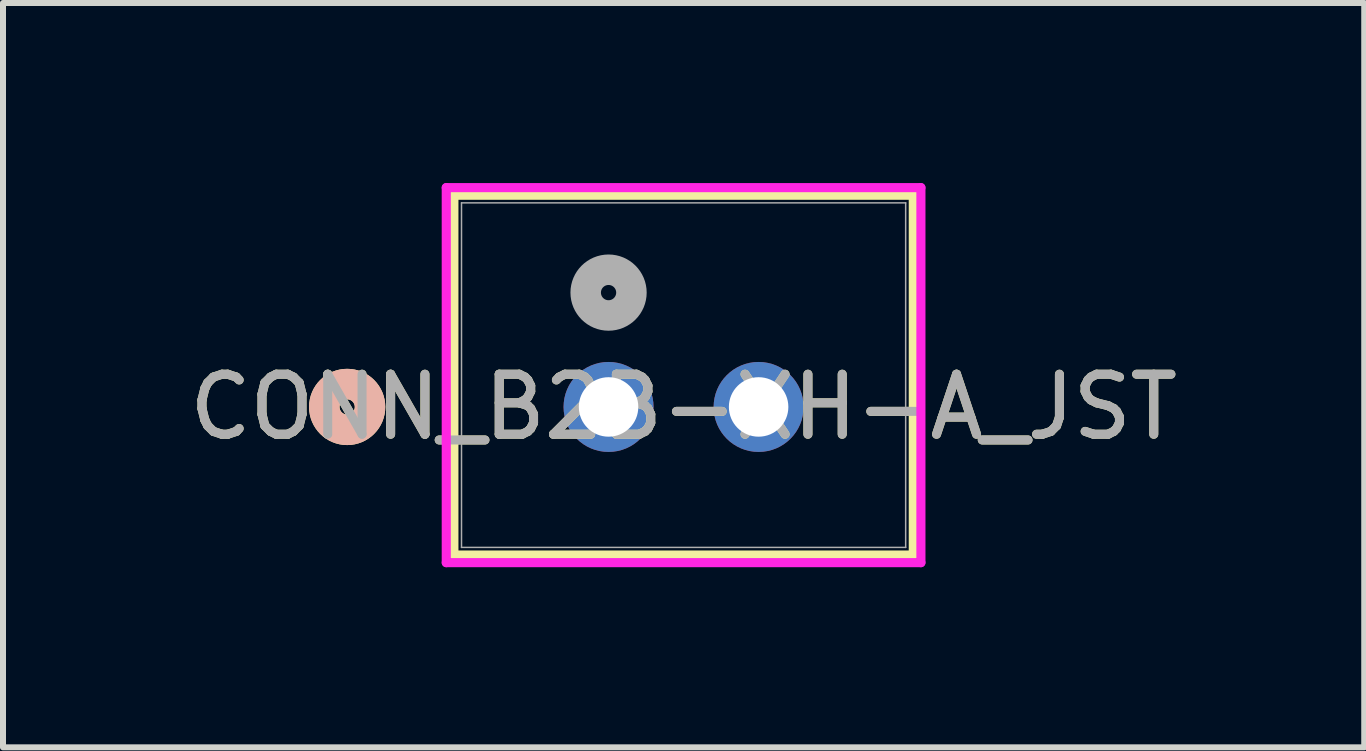
<source format=kicad_pcb>
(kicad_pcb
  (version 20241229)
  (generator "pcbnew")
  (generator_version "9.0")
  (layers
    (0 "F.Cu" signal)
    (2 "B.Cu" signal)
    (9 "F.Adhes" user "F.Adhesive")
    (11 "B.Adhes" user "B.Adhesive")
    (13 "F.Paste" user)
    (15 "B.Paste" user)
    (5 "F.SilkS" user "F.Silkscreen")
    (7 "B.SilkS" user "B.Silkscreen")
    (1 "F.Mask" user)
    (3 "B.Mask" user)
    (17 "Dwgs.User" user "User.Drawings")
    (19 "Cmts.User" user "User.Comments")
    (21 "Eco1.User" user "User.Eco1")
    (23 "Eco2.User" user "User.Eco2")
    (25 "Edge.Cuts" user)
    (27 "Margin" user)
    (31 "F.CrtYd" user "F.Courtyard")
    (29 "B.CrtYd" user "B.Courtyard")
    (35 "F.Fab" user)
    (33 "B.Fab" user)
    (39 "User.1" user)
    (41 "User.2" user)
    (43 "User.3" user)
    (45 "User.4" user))
  (footprint "CONN_B2B-XH-A_JST"
    (layer "F.Cu")
    (at 7.089 3.73)
    (property "Reference" "CONN_B2B-XH-A_JST" (at 1.25 0 0) (unlocked yes) (layer "F.SilkS") (effects (font (size 1 1) (thickness 0.15))))
    (attr through_hole)
    (fp_line (start -2.577 -3.527) (end -2.577 2.467) (stroke (width 0.152) (type solid)) (layer "F.SilkS"))
    (fp_line (start -2.577 2.467) (end 5.077 2.467) (stroke (width 0.152) (type solid)) (layer "F.SilkS"))
    (fp_line (start 5.077 -3.527) (end -2.577 -3.527) (stroke (width 0.152) (type solid)) (layer "F.SilkS"))
    (fp_line (start 5.077 2.467) (end 5.077 -3.527) (stroke (width 0.152) (type solid)) (layer "F.SilkS"))
    (fp_circle (center -4.355 0) (end -3.974 0) (stroke (width 0.508) (type solid)) (fill no) (layer "F.SilkS"))
    (fp_circle (center -4.355 0) (end -3.974 0) (stroke (width 0.508) (type solid)) (fill no) (layer "B.SilkS"))
    (fp_line (start -2.704 -3.654) (end -2.704 2.594) (stroke (width 0.152) (type solid)) (layer "F.CrtYd"))
    (fp_line (start -2.704 2.594) (end 5.204 2.594) (stroke (width 0.152) (type solid)) (layer "F.CrtYd"))
    (fp_line (start 5.204 -3.654) (end -2.704 -3.654) (stroke (width 0.152) (type solid)) (layer "F.CrtYd"))
    (fp_line (start 5.204 2.594) (end 5.204 -3.654) (stroke (width 0.152) (type solid)) (layer "F.CrtYd"))
    (fp_line (start -2.45 -3.4) (end -2.45 2.34) (stroke (width 0.025) (type solid)) (layer "F.Fab"))
    (fp_line (start -2.45 2.34) (end 4.95 2.34) (stroke (width 0.025) (type solid)) (layer "F.Fab"))
    (fp_line (start 4.95 -3.4) (end -2.45 -3.4) (stroke (width 0.025) (type solid)) (layer "F.Fab"))
    (fp_line (start 4.95 2.34) (end 4.95 -3.4) (stroke (width 0.025) (type solid)) (layer "F.Fab"))
    (fp_circle (center 0 -1.905) (end 0.381 -1.905) (stroke (width 0.508) (type solid)) (fill no) (layer "F.Fab"))
    (fp_text user "${REFERENCE}" (at 1.25 0 0) (unlocked yes) (layer "F.Fab") (effects (font (size 1 1) (thickness 0.15))))
    (pad "1" thru_hole circle (at 0 0) (size 1.499 1.499) (drill 0.991) (layers "*.Cu" "*.Mask"))
    (pad "2" thru_hole circle (at 2.5 0) (size 1.499 1.499) (drill 0.991) (layers "*.Cu" "*.Mask")))
  (gr_rect
    (start -3 -3)
    (end 19.679 9.401)
    (stroke (width 0.1) (type default))
    (fill no)
    (layer "Edge.Cuts")))
</source>
